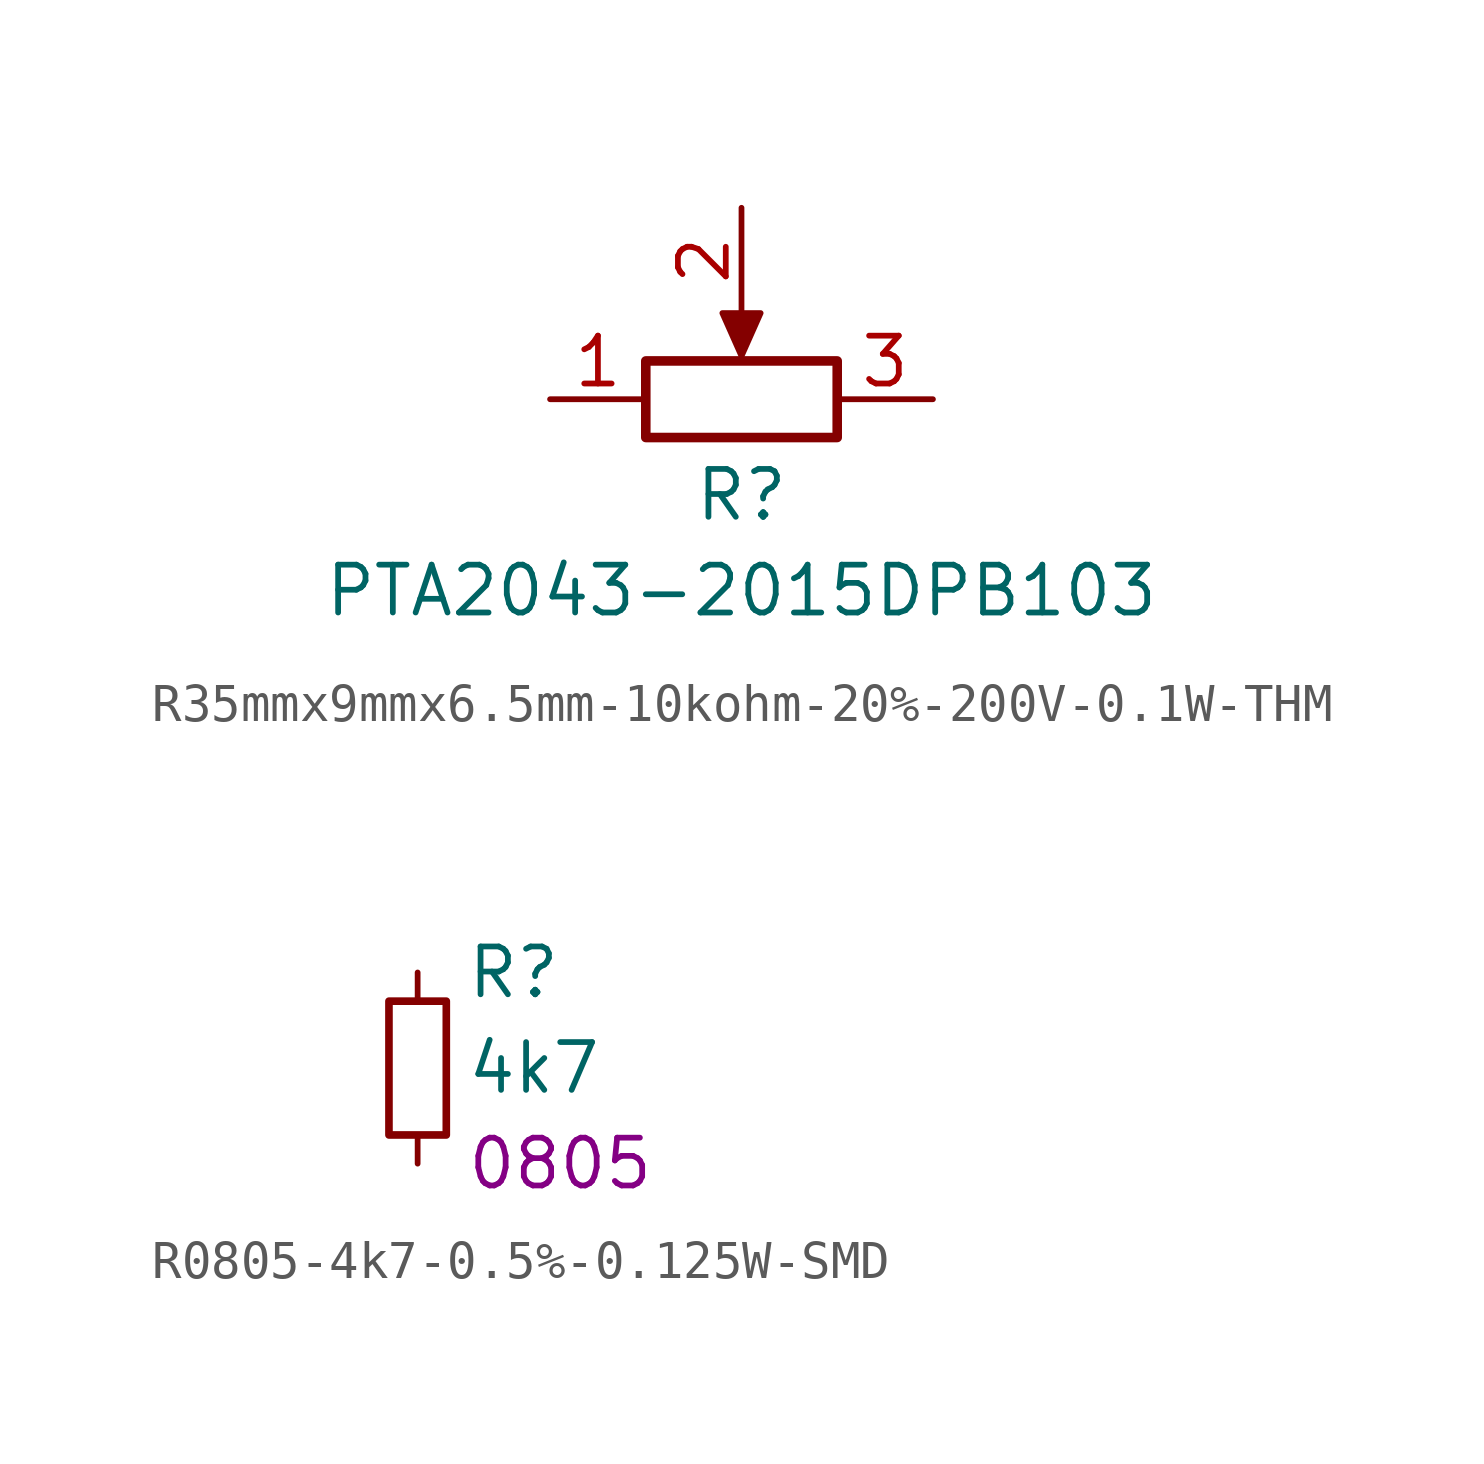
<source format=kicad_sym>
(kicad_symbol_lib
  (version 20241209)
  (generator "kicad_symbol_editor")
  (generator_version "9.0")
  (symbol "R35mmx9mmx6.5mm-10kohm-20%-200V-0.1W-THM"
    (pin_names
      (offset 1.016)
      (hide yes))
    (property "Reference" "R"
      (at 0 -2.54 0)
      (effects (font (size 1.27 1.27))))
    (property "Value" "PTA2043-2015DPB103"
      (at 0 -5.08 0)
      (effects (font (size 1.27 1.27))))
    (symbol "R35mmx9mmx6.5mm-10kohm-20%-200V-0.1W-THM_0_1"
      (rectangle (start -2.54 1.016) (end 2.54 -1.016) (stroke (width 0.254) (type default)) (fill (type none)))
      (polyline (pts (xy 0 1.143) (xy -0.508 2.286) (xy 0.508 2.286) (xy 0 1.143)) (stroke (width 0) (type default)) (fill (type outline))))
    (symbol "R35mmx9mmx6.5mm-10kohm-20%-200V-0.1W-THM_1_1"
      (pin no_connect line (at -5.08 2.54 0) (length 2.54) (hide yes) (name "MP" (effects (font (size 1.27 1.27)))) (number "MP" (effects (font (size 1.27 1.27)))))
      (pin passive line (at -5.08 0 0) (length 2.54) (name "1" (effects (font (size 1.27 1.27)))) (number "1" (effects (font (size 1.27 1.27)))))
      (pin passive line (at 0 5.08 270) (length 2.794) (name "2" (effects (font (size 1.27 1.27)))) (number "2" (effects (font (size 1.27 1.27)))))
      (pin passive line (at 5.08 0 180) (length 2.54) (name "3" (effects (font (size 1.27 1.27)))) (number "3" (effects (font (size 1.27 1.27)))))))
  (symbol "R0805-4k7-0.5%-0.125W-SMD"
    (pin_numbers
      (hide yes))
    (pin_names
      (offset 0.254)
      (hide yes))
    (property "Reference" "R"
      (at 1.27 2.54 0)
      (effects (font (size 1.27 1.27)) (justify left)))
    (property "Value" "4k7"
      (at 1.27 0 0)
      (effects (font (size 1.27 1.27)) (justify left)))
    (property "Size Code" "0805"
      (at 1.27 -2.54 0)
      (effects (font (size 1.27 1.27)) (justify left)))
    (symbol "R0805-4k7-0.5%-0.125W-SMD_0_1"
      (rectangle (start -0.762 1.778) (end 0.762 -1.778) (stroke (width 0.203) (type default)) (fill (type none))))
    (symbol "R0805-4k7-0.5%-0.125W-SMD_1_1"
      (pin passive line (at 0 2.54 270) (length 0.762) (name "~" (effects (font (size 1.27 1.27)))) (number "1" (effects (font (size 1.27 1.27)))))
      (pin passive line (at 0 -2.54 90) (length 0.762) (name "~" (effects (font (size 1.27 1.27)))) (number "2" (effects (font (size 1.27 1.27))))))))
</source>
